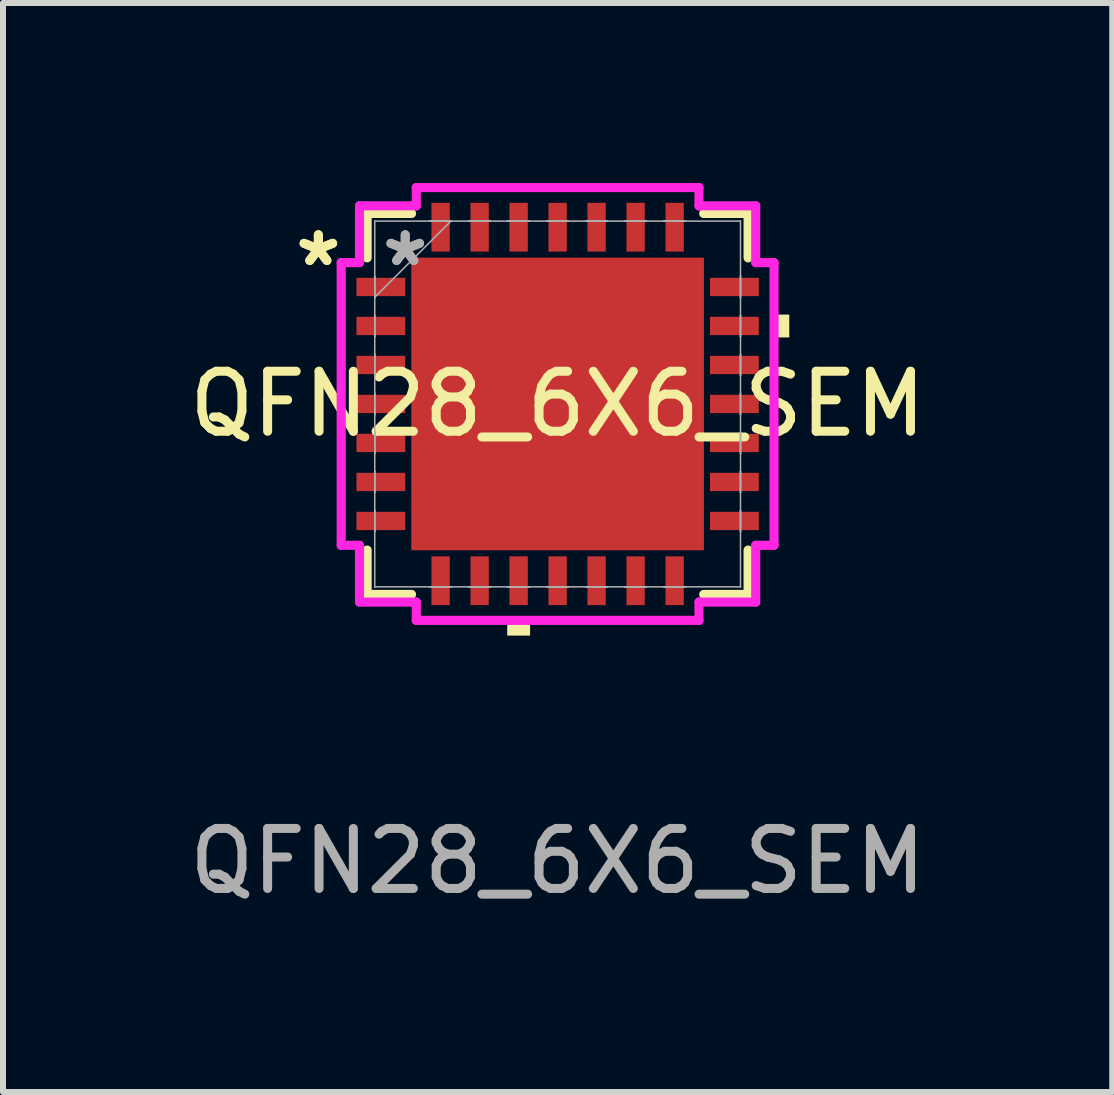
<source format=kicad_pcb>
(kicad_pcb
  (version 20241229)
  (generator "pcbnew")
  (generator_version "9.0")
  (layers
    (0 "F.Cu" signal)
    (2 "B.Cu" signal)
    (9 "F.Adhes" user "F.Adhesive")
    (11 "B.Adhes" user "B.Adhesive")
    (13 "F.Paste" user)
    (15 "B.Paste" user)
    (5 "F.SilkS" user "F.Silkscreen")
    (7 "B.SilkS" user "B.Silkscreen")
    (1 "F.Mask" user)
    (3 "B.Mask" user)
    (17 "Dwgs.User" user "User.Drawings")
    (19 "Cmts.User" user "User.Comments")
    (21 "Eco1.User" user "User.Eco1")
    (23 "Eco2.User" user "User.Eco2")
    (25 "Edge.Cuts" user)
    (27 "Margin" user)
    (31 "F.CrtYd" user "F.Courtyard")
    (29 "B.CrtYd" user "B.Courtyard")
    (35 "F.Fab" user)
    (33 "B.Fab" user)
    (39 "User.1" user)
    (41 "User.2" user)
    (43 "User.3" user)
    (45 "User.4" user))
  (footprint "QFN28_6X6_SEM"
    (layer "F.Cu")
    (at 6.244 3.683)
    (property "Reference" "QFN28_6X6_SEM" (at 0 0 0) (unlocked yes) (layer "F.SilkS") (effects (font (size 1 1) (thickness 0.15))))
    (attr smd)
    (fp_line (start -3.175 -3.175) (end -3.175 -2.435) (stroke (width 0.152) (type solid)) (layer "F.SilkS"))
    (fp_line (start -3.175 2.435) (end -3.175 3.175) (stroke (width 0.152) (type solid)) (layer "F.SilkS"))
    (fp_line (start -3.175 3.175) (end -2.435 3.175) (stroke (width 0.152) (type solid)) (layer "F.SilkS"))
    (fp_line (start -2.435 -3.175) (end -3.175 -3.175) (stroke (width 0.152) (type solid)) (layer "F.SilkS"))
    (fp_line (start 2.435 3.175) (end 3.175 3.175) (stroke (width 0.152) (type solid)) (layer "F.SilkS"))
    (fp_line (start 3.175 -3.175) (end 2.435 -3.175) (stroke (width 0.152) (type solid)) (layer "F.SilkS"))
    (fp_line (start 3.175 -2.435) (end 3.175 -3.175) (stroke (width 0.152) (type solid)) (layer "F.SilkS"))
    (fp_line (start 3.175 3.175) (end 3.175 2.435) (stroke (width 0.152) (type solid)) (layer "F.SilkS"))
    (fp_poly (pts (xy -0.84 3.607) (xy -0.84 3.861) (xy -0.459 3.861) (xy -0.459 3.607)) (stroke (width 0) (type solid)) (fill yes) (layer "F.SilkS"))
    (fp_poly (pts (xy 3.861 -1.49) (xy 3.861 -1.109) (xy 3.607 -1.109) (xy 3.607 -1.49)) (stroke (width 0) (type solid)) (fill yes) (layer "F.SilkS"))
    (fp_poly (pts (xy -2.338 -2.338) (xy -2.338 -0.913) (xy -0.913 -0.913) (xy -0.913 -2.338)) (stroke (width 0) (type solid)) (fill yes) (layer "F.Paste"))
    (fp_poly (pts (xy -2.338 -0.713) (xy -2.338 0.713) (xy -0.913 0.713) (xy -0.913 -0.713)) (stroke (width 0) (type solid)) (fill yes) (layer "F.Paste"))
    (fp_poly (pts (xy -2.338 0.913) (xy -2.338 2.338) (xy -0.913 2.338) (xy -0.913 0.913)) (stroke (width 0) (type solid)) (fill yes) (layer "F.Paste"))
    (fp_poly (pts (xy -0.713 -2.338) (xy -0.713 -0.913) (xy 0.713 -0.913) (xy 0.713 -2.338)) (stroke (width 0) (type solid)) (fill yes) (layer "F.Paste"))
    (fp_poly (pts (xy -0.713 -0.713) (xy -0.713 0.713) (xy 0.713 0.713) (xy 0.713 -0.713)) (stroke (width 0) (type solid)) (fill yes) (layer "F.Paste"))
    (fp_poly (pts (xy -0.713 0.913) (xy -0.713 2.338) (xy 0.713 2.338) (xy 0.713 0.913)) (stroke (width 0) (type solid)) (fill yes) (layer "F.Paste"))
    (fp_poly (pts (xy 0.913 -2.338) (xy 0.913 -0.913) (xy 2.338 -0.913) (xy 2.338 -2.338)) (stroke (width 0) (type solid)) (fill yes) (layer "F.Paste"))
    (fp_poly (pts (xy 0.913 -0.713) (xy 0.913 0.713) (xy 2.338 0.713) (xy 2.338 -0.713)) (stroke (width 0) (type solid)) (fill yes) (layer "F.Paste"))
    (fp_poly (pts (xy 0.913 0.913) (xy 0.913 2.338) (xy 2.338 2.338) (xy 2.338 0.913)) (stroke (width 0) (type solid)) (fill yes) (layer "F.Paste"))
    (fp_line (start -3.607 -2.356) (end -3.302 -2.356) (stroke (width 0.152) (type solid)) (layer "F.CrtYd"))
    (fp_line (start -3.607 2.356) (end -3.607 -2.356) (stroke (width 0.152) (type solid)) (layer "F.CrtYd"))
    (fp_line (start -3.302 -3.302) (end -2.356 -3.302) (stroke (width 0.152) (type solid)) (layer "F.CrtYd"))
    (fp_line (start -3.302 -2.356) (end -3.302 -3.302) (stroke (width 0.152) (type solid)) (layer "F.CrtYd"))
    (fp_line (start -3.302 2.356) (end -3.607 2.356) (stroke (width 0.152) (type solid)) (layer "F.CrtYd"))
    (fp_line (start -3.302 3.302) (end -3.302 2.356) (stroke (width 0.152) (type solid)) (layer "F.CrtYd"))
    (fp_line (start -2.356 -3.607) (end 2.356 -3.607) (stroke (width 0.152) (type solid)) (layer "F.CrtYd"))
    (fp_line (start -2.356 -3.302) (end -2.356 -3.607) (stroke (width 0.152) (type solid)) (layer "F.CrtYd"))
    (fp_line (start -2.356 3.302) (end -3.302 3.302) (stroke (width 0.152) (type solid)) (layer "F.CrtYd"))
    (fp_line (start -2.356 3.607) (end -2.356 3.302) (stroke (width 0.152) (type solid)) (layer "F.CrtYd"))
    (fp_line (start 2.356 -3.607) (end 2.356 -3.302) (stroke (width 0.152) (type solid)) (layer "F.CrtYd"))
    (fp_line (start 2.356 -3.302) (end 3.302 -3.302) (stroke (width 0.152) (type solid)) (layer "F.CrtYd"))
    (fp_line (start 2.356 3.302) (end 2.356 3.607) (stroke (width 0.152) (type solid)) (layer "F.CrtYd"))
    (fp_line (start 2.356 3.607) (end -2.356 3.607) (stroke (width 0.152) (type solid)) (layer "F.CrtYd"))
    (fp_line (start 3.302 -3.302) (end 3.302 -2.356) (stroke (width 0.152) (type solid)) (layer "F.CrtYd"))
    (fp_line (start 3.302 -2.356) (end 3.607 -2.356) (stroke (width 0.152) (type solid)) (layer "F.CrtYd"))
    (fp_line (start 3.302 2.356) (end 3.302 3.302) (stroke (width 0.152) (type solid)) (layer "F.CrtYd"))
    (fp_line (start 3.302 3.302) (end 2.356 3.302) (stroke (width 0.152) (type solid)) (layer "F.CrtYd"))
    (fp_line (start 3.607 -2.356) (end 3.607 2.356) (stroke (width 0.152) (type solid)) (layer "F.CrtYd"))
    (fp_line (start 3.607 2.356) (end 3.302 2.356) (stroke (width 0.152) (type solid)) (layer "F.CrtYd"))
    (fp_line (start -3.048 -3.048) (end -3.048 -3.048) (stroke (width 0.025) (type solid)) (layer "F.Fab"))
    (fp_line (start -3.048 -3.048) (end -3.048 3.048) (stroke (width 0.025) (type solid)) (layer "F.Fab"))
    (fp_line (start -3.048 -2.128) (end -3.048 -2.128) (stroke (width 0.025) (type solid)) (layer "F.Fab"))
    (fp_line (start -3.048 -2.128) (end -3.048 -1.772) (stroke (width 0.025) (type solid)) (layer "F.Fab"))
    (fp_line (start -3.048 -1.778) (end -1.778 -3.048) (stroke (width 0.025) (type solid)) (layer "F.Fab"))
    (fp_line (start -3.048 -1.772) (end -3.048 -2.128) (stroke (width 0.025) (type solid)) (layer "F.Fab"))
    (fp_line (start -3.048 -1.772) (end -3.048 -1.772) (stroke (width 0.025) (type solid)) (layer "F.Fab"))
    (fp_line (start -3.048 -1.478) (end -3.048 -1.478) (stroke (width 0.025) (type solid)) (layer "F.Fab"))
    (fp_line (start -3.048 -1.478) (end -3.048 -1.122) (stroke (width 0.025) (type solid)) (layer "F.Fab"))
    (fp_line (start -3.048 -1.122) (end -3.048 -1.478) (stroke (width 0.025) (type solid)) (layer "F.Fab"))
    (fp_line (start -3.048 -1.122) (end -3.048 -1.122) (stroke (width 0.025) (type solid)) (layer "F.Fab"))
    (fp_line (start -3.048 -0.828) (end -3.048 -0.828) (stroke (width 0.025) (type solid)) (layer "F.Fab"))
    (fp_line (start -3.048 -0.828) (end -3.048 -0.472) (stroke (width 0.025) (type solid)) (layer "F.Fab"))
    (fp_line (start -3.048 -0.472) (end -3.048 -0.828) (stroke (width 0.025) (type solid)) (layer "F.Fab"))
    (fp_line (start -3.048 -0.472) (end -3.048 -0.472) (stroke (width 0.025) (type solid)) (layer "F.Fab"))
    (fp_line (start -3.048 -0.178) (end -3.048 -0.178) (stroke (width 0.025) (type solid)) (layer "F.Fab"))
    (fp_line (start -3.048 -0.178) (end -3.048 0.178) (stroke (width 0.025) (type solid)) (layer "F.Fab"))
    (fp_line (start -3.048 0.178) (end -3.048 -0.178) (stroke (width 0.025) (type solid)) (layer "F.Fab"))
    (fp_line (start -3.048 0.178) (end -3.048 0.178) (stroke (width 0.025) (type solid)) (layer "F.Fab"))
    (fp_line (start -3.048 0.472) (end -3.048 0.472) (stroke (width 0.025) (type solid)) (layer "F.Fab"))
    (fp_line (start -3.048 0.472) (end -3.048 0.828) (stroke (width 0.025) (type solid)) (layer "F.Fab"))
    (fp_line (start -3.048 0.828) (end -3.048 0.472) (stroke (width 0.025) (type solid)) (layer "F.Fab"))
    (fp_line (start -3.048 0.828) (end -3.048 0.828) (stroke (width 0.025) (type solid)) (layer "F.Fab"))
    (fp_line (start -3.048 1.122) (end -3.048 1.122) (stroke (width 0.025) (type solid)) (layer "F.Fab"))
    (fp_line (start -3.048 1.122) (end -3.048 1.478) (stroke (width 0.025) (type solid)) (layer "F.Fab"))
    (fp_line (start -3.048 1.478) (end -3.048 1.122) (stroke (width 0.025) (type solid)) (layer "F.Fab"))
    (fp_line (start -3.048 1.478) (end -3.048 1.478) (stroke (width 0.025) (type solid)) (layer "F.Fab"))
    (fp_line (start -3.048 1.772) (end -3.048 1.772) (stroke (width 0.025) (type solid)) (layer "F.Fab"))
    (fp_line (start -3.048 1.772) (end -3.048 2.128) (stroke (width 0.025) (type solid)) (layer "F.Fab"))
    (fp_line (start -3.048 2.128) (end -3.048 1.772) (stroke (width 0.025) (type solid)) (layer "F.Fab"))
    (fp_line (start -3.048 2.128) (end -3.048 2.128) (stroke (width 0.025) (type solid)) (layer "F.Fab"))
    (fp_line (start -3.048 3.048) (end -3.048 3.048) (stroke (width 0.025) (type solid)) (layer "F.Fab"))
    (fp_line (start -3.048 3.048) (end 3.048 3.048) (stroke (width 0.025) (type solid)) (layer "F.Fab"))
    (fp_line (start -2.128 -3.048) (end -2.128 -3.048) (stroke (width 0.025) (type solid)) (layer "F.Fab"))
    (fp_line (start -2.128 -3.048) (end -1.772 -3.048) (stroke (width 0.025) (type solid)) (layer "F.Fab"))
    (fp_line (start -2.128 3.048) (end -2.128 3.048) (stroke (width 0.025) (type solid)) (layer "F.Fab"))
    (fp_line (start -2.128 3.048) (end -1.772 3.048) (stroke (width 0.025) (type solid)) (layer "F.Fab"))
    (fp_line (start -1.772 -3.048) (end -2.128 -3.048) (stroke (width 0.025) (type solid)) (layer "F.Fab"))
    (fp_line (start -1.772 -3.048) (end -1.772 -3.048) (stroke (width 0.025) (type solid)) (layer "F.Fab"))
    (fp_line (start -1.772 3.048) (end -2.128 3.048) (stroke (width 0.025) (type solid)) (layer "F.Fab"))
    (fp_line (start -1.772 3.048) (end -1.772 3.048) (stroke (width 0.025) (type solid)) (layer "F.Fab"))
    (fp_line (start -1.478 -3.048) (end -1.478 -3.048) (stroke (width 0.025) (type solid)) (layer "F.Fab"))
    (fp_line (start -1.478 -3.048) (end -1.122 -3.048) (stroke (width 0.025) (type solid)) (layer "F.Fab"))
    (fp_line (start -1.478 3.048) (end -1.478 3.048) (stroke (width 0.025) (type solid)) (layer "F.Fab"))
    (fp_line (start -1.478 3.048) (end -1.122 3.048) (stroke (width 0.025) (type solid)) (layer "F.Fab"))
    (fp_line (start -1.122 -3.048) (end -1.478 -3.048) (stroke (width 0.025) (type solid)) (layer "F.Fab"))
    (fp_line (start -1.122 -3.048) (end -1.122 -3.048) (stroke (width 0.025) (type solid)) (layer "F.Fab"))
    (fp_line (start -1.122 3.048) (end -1.478 3.048) (stroke (width 0.025) (type solid)) (layer "F.Fab"))
    (fp_line (start -1.122 3.048) (end -1.122 3.048) (stroke (width 0.025) (type solid)) (layer "F.Fab"))
    (fp_line (start -0.828 -3.048) (end -0.828 -3.048) (stroke (width 0.025) (type solid)) (layer "F.Fab"))
    (fp_line (start -0.828 -3.048) (end -0.472 -3.048) (stroke (width 0.025) (type solid)) (layer "F.Fab"))
    (fp_line (start -0.828 3.048) (end -0.828 3.048) (stroke (width 0.025) (type solid)) (layer "F.Fab"))
    (fp_line (start -0.828 3.048) (end -0.472 3.048) (stroke (width 0.025) (type solid)) (layer "F.Fab"))
    (fp_line (start -0.472 -3.048) (end -0.828 -3.048) (stroke (width 0.025) (type solid)) (layer "F.Fab"))
    (fp_line (start -0.472 -3.048) (end -0.472 -3.048) (stroke (width 0.025) (type solid)) (layer "F.Fab"))
    (fp_line (start -0.472 3.048) (end -0.828 3.048) (stroke (width 0.025) (type solid)) (layer "F.Fab"))
    (fp_line (start -0.472 3.048) (end -0.472 3.048) (stroke (width 0.025) (type solid)) (layer "F.Fab"))
    (fp_line (start -0.178 -3.048) (end -0.178 -3.048) (stroke (width 0.025) (type solid)) (layer "F.Fab"))
    (fp_line (start -0.178 -3.048) (end 0.178 -3.048) (stroke (width 0.025) (type solid)) (layer "F.Fab"))
    (fp_line (start -0.178 3.048) (end -0.178 3.048) (stroke (width 0.025) (type solid)) (layer "F.Fab"))
    (fp_line (start -0.178 3.048) (end 0.178 3.048) (stroke (width 0.025) (type solid)) (layer "F.Fab"))
    (fp_line (start 0.178 -3.048) (end -0.178 -3.048) (stroke (width 0.025) (type solid)) (layer "F.Fab"))
    (fp_line (start 0.178 -3.048) (end 0.178 -3.048) (stroke (width 0.025) (type solid)) (layer "F.Fab"))
    (fp_line (start 0.178 3.048) (end -0.178 3.048) (stroke (width 0.025) (type solid)) (layer "F.Fab"))
    (fp_line (start 0.178 3.048) (end 0.178 3.048) (stroke (width 0.025) (type solid)) (layer "F.Fab"))
    (fp_line (start 0.472 -3.048) (end 0.472 -3.048) (stroke (width 0.025) (type solid)) (layer "F.Fab"))
    (fp_line (start 0.472 -3.048) (end 0.828 -3.048) (stroke (width 0.025) (type solid)) (layer "F.Fab"))
    (fp_line (start 0.472 3.048) (end 0.472 3.048) (stroke (width 0.025) (type solid)) (layer "F.Fab"))
    (fp_line (start 0.472 3.048) (end 0.828 3.048) (stroke (width 0.025) (type solid)) (layer "F.Fab"))
    (fp_line (start 0.828 -3.048) (end 0.472 -3.048) (stroke (width 0.025) (type solid)) (layer "F.Fab"))
    (fp_line (start 0.828 -3.048) (end 0.828 -3.048) (stroke (width 0.025) (type solid)) (layer "F.Fab"))
    (fp_line (start 0.828 3.048) (end 0.472 3.048) (stroke (width 0.025) (type solid)) (layer "F.Fab"))
    (fp_line (start 0.828 3.048) (end 0.828 3.048) (stroke (width 0.025) (type solid)) (layer "F.Fab"))
    (fp_line (start 1.122 -3.048) (end 1.122 -3.048) (stroke (width 0.025) (type solid)) (layer "F.Fab"))
    (fp_line (start 1.122 -3.048) (end 1.478 -3.048) (stroke (width 0.025) (type solid)) (layer "F.Fab"))
    (fp_line (start 1.122 3.048) (end 1.122 3.048) (stroke (width 0.025) (type solid)) (layer "F.Fab"))
    (fp_line (start 1.122 3.048) (end 1.478 3.048) (stroke (width 0.025) (type solid)) (layer "F.Fab"))
    (fp_line (start 1.478 -3.048) (end 1.122 -3.048) (stroke (width 0.025) (type solid)) (layer "F.Fab"))
    (fp_line (start 1.478 -3.048) (end 1.478 -3.048) (stroke (width 0.025) (type solid)) (layer "F.Fab"))
    (fp_line (start 1.478 3.048) (end 1.122 3.048) (stroke (width 0.025) (type solid)) (layer "F.Fab"))
    (fp_line (start 1.478 3.048) (end 1.478 3.048) (stroke (width 0.025) (type solid)) (layer "F.Fab"))
    (fp_line (start 1.772 -3.048) (end 1.772 -3.048) (stroke (width 0.025) (type solid)) (layer "F.Fab"))
    (fp_line (start 1.772 -3.048) (end 2.128 -3.048) (stroke (width 0.025) (type solid)) (layer "F.Fab"))
    (fp_line (start 1.772 3.048) (end 1.772 3.048) (stroke (width 0.025) (type solid)) (layer "F.Fab"))
    (fp_line (start 1.772 3.048) (end 2.128 3.048) (stroke (width 0.025) (type solid)) (layer "F.Fab"))
    (fp_line (start 2.128 -3.048) (end 1.772 -3.048) (stroke (width 0.025) (type solid)) (layer "F.Fab"))
    (fp_line (start 2.128 -3.048) (end 2.128 -3.048) (stroke (width 0.025) (type solid)) (layer "F.Fab"))
    (fp_line (start 2.128 3.048) (end 1.772 3.048) (stroke (width 0.025) (type solid)) (layer "F.Fab"))
    (fp_line (start 2.128 3.048) (end 2.128 3.048) (stroke (width 0.025) (type solid)) (layer "F.Fab"))
    (fp_line (start 3.048 -3.048) (end -3.048 -3.048) (stroke (width 0.025) (type solid)) (layer "F.Fab"))
    (fp_line (start 3.048 -3.048) (end 3.048 -3.048) (stroke (width 0.025) (type solid)) (layer "F.Fab"))
    (fp_line (start 3.048 -2.128) (end 3.048 -2.128) (stroke (width 0.025) (type solid)) (layer "F.Fab"))
    (fp_line (start 3.048 -2.128) (end 3.048 -1.772) (stroke (width 0.025) (type solid)) (layer "F.Fab"))
    (fp_line (start 3.048 -1.772) (end 3.048 -2.128) (stroke (width 0.025) (type solid)) (layer "F.Fab"))
    (fp_line (start 3.048 -1.772) (end 3.048 -1.772) (stroke (width 0.025) (type solid)) (layer "F.Fab"))
    (fp_line (start 3.048 -1.478) (end 3.048 -1.478) (stroke (width 0.025) (type solid)) (layer "F.Fab"))
    (fp_line (start 3.048 -1.478) (end 3.048 -1.122) (stroke (width 0.025) (type solid)) (layer "F.Fab"))
    (fp_line (start 3.048 -1.122) (end 3.048 -1.478) (stroke (width 0.025) (type solid)) (layer "F.Fab"))
    (fp_line (start 3.048 -1.122) (end 3.048 -1.122) (stroke (width 0.025) (type solid)) (layer "F.Fab"))
    (fp_line (start 3.048 -0.828) (end 3.048 -0.828) (stroke (width 0.025) (type solid)) (layer "F.Fab"))
    (fp_line (start 3.048 -0.828) (end 3.048 -0.472) (stroke (width 0.025) (type solid)) (layer "F.Fab"))
    (fp_line (start 3.048 -0.472) (end 3.048 -0.828) (stroke (width 0.025) (type solid)) (layer "F.Fab"))
    (fp_line (start 3.048 -0.472) (end 3.048 -0.472) (stroke (width 0.025) (type solid)) (layer "F.Fab"))
    (fp_line (start 3.048 -0.178) (end 3.048 -0.178) (stroke (width 0.025) (type solid)) (layer "F.Fab"))
    (fp_line (start 3.048 -0.178) (end 3.048 0.178) (stroke (width 0.025) (type solid)) (layer "F.Fab"))
    (fp_line (start 3.048 0.178) (end 3.048 -0.178) (stroke (width 0.025) (type solid)) (layer "F.Fab"))
    (fp_line (start 3.048 0.178) (end 3.048 0.178) (stroke (width 0.025) (type solid)) (layer "F.Fab"))
    (fp_line (start 3.048 0.472) (end 3.048 0.472) (stroke (width 0.025) (type solid)) (layer "F.Fab"))
    (fp_line (start 3.048 0.472) (end 3.048 0.828) (stroke (width 0.025) (type solid)) (layer "F.Fab"))
    (fp_line (start 3.048 0.828) (end 3.048 0.472) (stroke (width 0.025) (type solid)) (layer "F.Fab"))
    (fp_line (start 3.048 0.828) (end 3.048 0.828) (stroke (width 0.025) (type solid)) (layer "F.Fab"))
    (fp_line (start 3.048 1.122) (end 3.048 1.122) (stroke (width 0.025) (type solid)) (layer "F.Fab"))
    (fp_line (start 3.048 1.122) (end 3.048 1.478) (stroke (width 0.025) (type solid)) (layer "F.Fab"))
    (fp_line (start 3.048 1.478) (end 3.048 1.122) (stroke (width 0.025) (type solid)) (layer "F.Fab"))
    (fp_line (start 3.048 1.478) (end 3.048 1.478) (stroke (width 0.025) (type solid)) (layer "F.Fab"))
    (fp_line (start 3.048 1.772) (end 3.048 1.772) (stroke (width 0.025) (type solid)) (layer "F.Fab"))
    (fp_line (start 3.048 1.772) (end 3.048 2.128) (stroke (width 0.025) (type solid)) (layer "F.Fab"))
    (fp_line (start 3.048 2.128) (end 3.048 1.772) (stroke (width 0.025) (type solid)) (layer "F.Fab"))
    (fp_line (start 3.048 2.128) (end 3.048 2.128) (stroke (width 0.025) (type solid)) (layer "F.Fab"))
    (fp_line (start 3.048 3.048) (end 3.048 -3.048) (stroke (width 0.025) (type solid)) (layer "F.Fab"))
    (fp_line (start 3.048 3.048) (end 3.048 3.048) (stroke (width 0.025) (type solid)) (layer "F.Fab"))
    (fp_text user "*" (at -3.988 -2.275 0) (unlocked yes) (layer "F.SilkS") (effects (font (size 1 1) (thickness 0.15))))
    (fp_text user "*" (at -3.988 -2.275 0) (layer "F.SilkS") (effects (font (size 1 1) (thickness 0.15))))
    (fp_text user "*" (at -2.54 -2.275 0) (layer "F.Fab") (effects (font (size 1 1) (thickness 0.15))))
    (fp_text user "*" (at -2.54 -2.275 0) (unlocked yes) (layer "F.Fab") (effects (font (size 1 1) (thickness 0.15))))
    (fp_text user "${REFERENCE}" (at 0 7.62 0) (unlocked yes) (layer "F.Fab") (effects (font (size 1 1) (thickness 0.15))))
    (pad "1" smd rect (at -2.946 -1.95 90) (size 0.305 0.813) (layers "F.Cu" "F.Mask" "F.Paste"))
    (pad "2" smd rect (at -2.946 -1.3 90) (size 0.305 0.813) (layers "F.Cu" "F.Mask" "F.Paste"))
    (pad "3" smd rect (at -2.946 -0.65 90) (size 0.305 0.813) (layers "F.Cu" "F.Mask" "F.Paste"))
    (pad "4" smd rect (at -2.946 0 90) (size 0.305 0.813) (layers "F.Cu" "F.Mask" "F.Paste"))
    (pad "5" smd rect (at -2.946 0.65 90) (size 0.305 0.813) (layers "F.Cu" "F.Mask" "F.Paste"))
    (pad "6" smd rect (at -2.946 1.3 90) (size 0.305 0.813) (layers "F.Cu" "F.Mask" "F.Paste"))
    (pad "7" smd rect (at -2.946 1.95 90) (size 0.305 0.813) (layers "F.Cu" "F.Mask" "F.Paste"))
    (pad "8" smd rect (at -1.95 2.946) (size 0.305 0.813) (layers "F.Cu" "F.Mask" "F.Paste"))
    (pad "9" smd rect (at -1.3 2.946) (size 0.305 0.813) (layers "F.Cu" "F.Mask" "F.Paste"))
    (pad "10" smd rect (at -0.65 2.946) (size 0.305 0.813) (layers "F.Cu" "F.Mask" "F.Paste"))
    (pad "11" smd rect (at 0 2.946) (size 0.305 0.813) (layers "F.Cu" "F.Mask" "F.Paste"))
    (pad "12" smd rect (at 0.65 2.946) (size 0.305 0.813) (layers "F.Cu" "F.Mask" "F.Paste"))
    (pad "13" smd rect (at 1.3 2.946) (size 0.305 0.813) (layers "F.Cu" "F.Mask" "F.Paste"))
    (pad "14" smd rect (at 1.95 2.946) (size 0.305 0.813) (layers "F.Cu" "F.Mask" "F.Paste"))
    (pad "15" smd rect (at 2.946 1.95 90) (size 0.305 0.813) (layers "F.Cu" "F.Mask" "F.Paste"))
    (pad "16" smd rect (at 2.946 1.3 90) (size 0.305 0.813) (layers "F.Cu" "F.Mask" "F.Paste"))
    (pad "17" smd rect (at 2.946 0.65 90) (size 0.305 0.813) (layers "F.Cu" "F.Mask" "F.Paste"))
    (pad "18" smd rect (at 2.946 0 90) (size 0.305 0.813) (layers "F.Cu" "F.Mask" "F.Paste"))
    (pad "19" smd rect (at 2.946 -0.65 90) (size 0.305 0.813) (layers "F.Cu" "F.Mask" "F.Paste"))
    (pad "20" smd rect (at 2.946 -1.3 90) (size 0.305 0.813) (layers "F.Cu" "F.Mask" "F.Paste"))
    (pad "21" smd rect (at 2.946 -1.95 90) (size 0.305 0.813) (layers "F.Cu" "F.Mask" "F.Paste"))
    (pad "22" smd rect (at 1.95 -2.946) (size 0.305 0.813) (layers "F.Cu" "F.Mask" "F.Paste"))
    (pad "23" smd rect (at 1.3 -2.946) (size 0.305 0.813) (layers "F.Cu" "F.Mask" "F.Paste"))
    (pad "24" smd rect (at 0.65 -2.946) (size 0.305 0.813) (layers "F.Cu" "F.Mask" "F.Paste"))
    (pad "25" smd rect (at 0 -2.946) (size 0.305 0.813) (layers "F.Cu" "F.Mask" "F.Paste"))
    (pad "26" smd rect (at -0.65 -2.946) (size 0.305 0.813) (layers "F.Cu" "F.Mask" "F.Paste"))
    (pad "27" smd rect (at -1.3 -2.946) (size 0.305 0.813) (layers "F.Cu" "F.Mask" "F.Paste"))
    (pad "28" smd rect (at -1.95 -2.946) (size 0.305 0.813) (layers "F.Cu" "F.Mask" "F.Paste"))
    (pad "29" smd rect (at 0 0) (size 4.877 4.877) (layers "F.Cu" "F.Mask")))
  (gr_rect
    (start -3 -3)
    (end 15.488 15.151)
    (stroke (width 0.1) (type default))
    (fill no)
    (layer "Edge.Cuts")))
</source>
